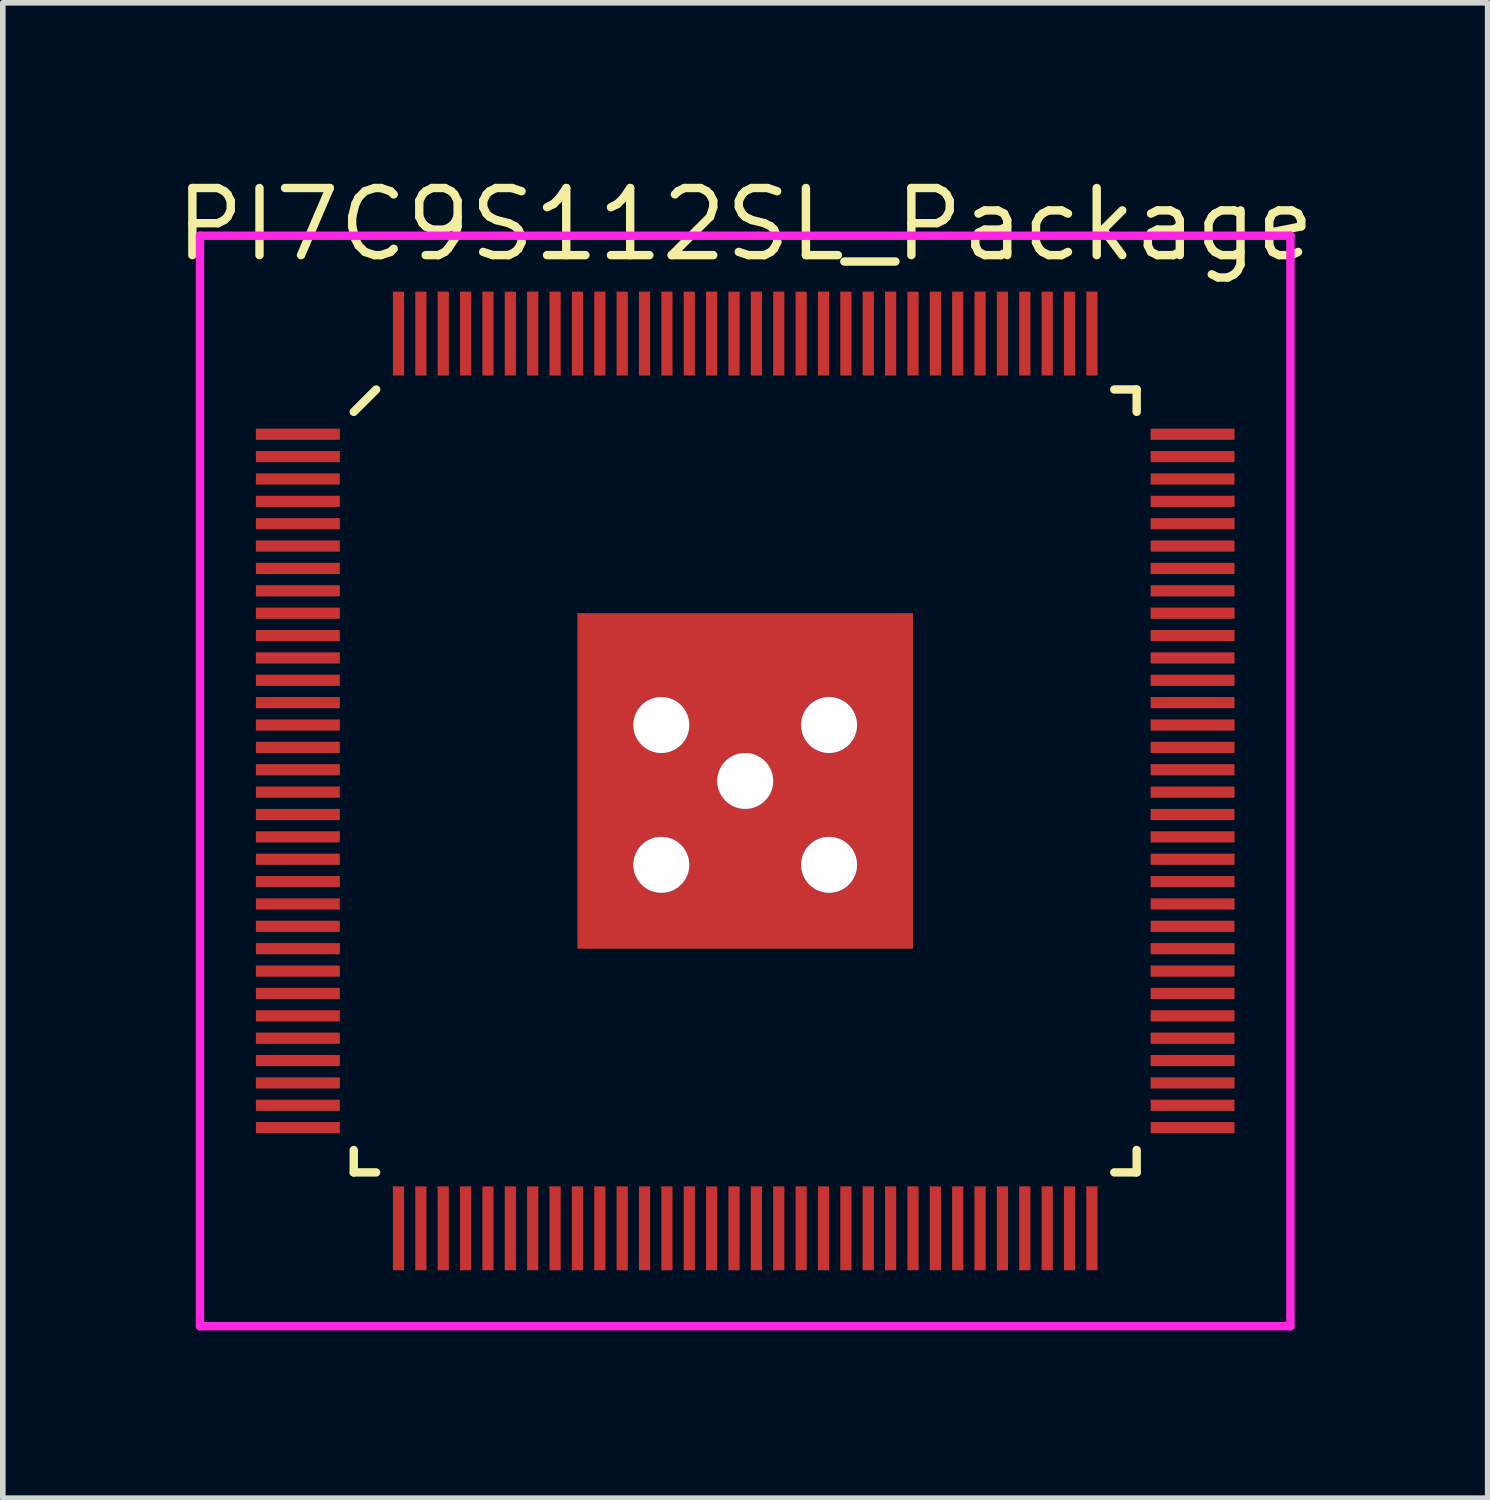
<source format=kicad_pcb>
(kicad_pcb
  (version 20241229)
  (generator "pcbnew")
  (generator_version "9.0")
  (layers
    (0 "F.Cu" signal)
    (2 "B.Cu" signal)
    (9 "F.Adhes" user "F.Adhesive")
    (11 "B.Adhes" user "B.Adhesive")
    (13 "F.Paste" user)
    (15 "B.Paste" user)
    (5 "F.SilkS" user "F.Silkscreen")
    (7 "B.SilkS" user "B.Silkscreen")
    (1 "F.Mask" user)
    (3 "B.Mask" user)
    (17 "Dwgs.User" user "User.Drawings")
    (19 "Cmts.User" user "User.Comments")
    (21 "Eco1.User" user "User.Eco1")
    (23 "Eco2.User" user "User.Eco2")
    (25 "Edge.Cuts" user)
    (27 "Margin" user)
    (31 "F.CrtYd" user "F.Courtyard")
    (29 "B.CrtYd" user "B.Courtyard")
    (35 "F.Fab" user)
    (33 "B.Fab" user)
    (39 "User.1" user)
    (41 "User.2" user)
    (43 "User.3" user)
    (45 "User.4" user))
  (footprint "PI7C9S112SL_Package"
    (layer "F.Cu")
    (at 10.276 10.915)
    (property "Reference" "PI7C9S112SL_Package" (at 0 -9.95 0) (layer "F.SilkS") (effects (font (size 1.2 1.2) (thickness 0.15))))
    (attr through_hole)
    (fp_line (start -7 -6.6) (end -6.6 -7) (stroke (width 0.15) (type solid)) (layer "F.SilkS"))
    (fp_line (start -7 7) (end -7 6.6) (stroke (width 0.15) (type solid)) (layer "F.SilkS"))
    (fp_line (start -6.6 7) (end -7 7) (stroke (width 0.15) (type solid)) (layer "F.SilkS"))
    (fp_line (start 6.6 -7) (end 7 -7) (stroke (width 0.15) (type solid)) (layer "F.SilkS"))
    (fp_line (start 6.6 7) (end 7 7) (stroke (width 0.15) (type solid)) (layer "F.SilkS"))
    (fp_line (start 7 -7) (end 7 -6.6) (stroke (width 0.15) (type solid)) (layer "F.SilkS"))
    (fp_line (start 7 7) (end 7 6.6) (stroke (width 0.15) (type solid)) (layer "F.SilkS"))
    (fp_line (start -9.75 -9.75) (end 9.75 -9.75) (stroke (width 0.15) (type solid)) (layer "F.CrtYd"))
    (fp_line (start -9.75 9.75) (end -9.75 -9.75) (stroke (width 0.15) (type solid)) (layer "F.CrtYd"))
    (fp_line (start 9.75 -9.75) (end 9.75 9.75) (stroke (width 0.15) (type solid)) (layer "F.CrtYd"))
    (fp_line (start 9.75 9.75) (end -9.75 9.75) (stroke (width 0.15) (type solid)) (layer "F.CrtYd"))
    (pad "1" smd rect (at -8 -6.2 90) (size 0.2 1.5) (layers "F.Cu" "F.Mask" "F.Paste"))
    (pad "2" smd rect (at -8 -5.8 90) (size 0.2 1.5) (layers "F.Cu" "F.Mask" "F.Paste"))
    (pad "3" smd rect (at -8 -5.4 90) (size 0.2 1.5) (layers "F.Cu" "F.Mask" "F.Paste"))
    (pad "4" smd rect (at -8 -5 90) (size 0.2 1.5) (layers "F.Cu" "F.Mask" "F.Paste"))
    (pad "5" smd rect (at -8 -4.6 90) (size 0.2 1.5) (layers "F.Cu" "F.Mask" "F.Paste"))
    (pad "6" smd rect (at -8 -4.2 90) (size 0.2 1.5) (layers "F.Cu" "F.Mask" "F.Paste"))
    (pad "7" smd rect (at -8 -3.8 90) (size 0.2 1.5) (layers "F.Cu" "F.Mask" "F.Paste"))
    (pad "8" smd rect (at -8 -3.4 90) (size 0.2 1.5) (layers "F.Cu" "F.Mask" "F.Paste"))
    (pad "9" smd rect (at -8 -3 90) (size 0.2 1.5) (layers "F.Cu" "F.Mask" "F.Paste"))
    (pad "10" smd rect (at -8 -2.6 90) (size 0.2 1.5) (layers "F.Cu" "F.Mask" "F.Paste"))
    (pad "11" smd rect (at -8 -2.2 90) (size 0.2 1.5) (layers "F.Cu" "F.Mask" "F.Paste"))
    (pad "12" smd rect (at -8 -1.8 90) (size 0.2 1.5) (layers "F.Cu" "F.Mask" "F.Paste"))
    (pad "13" smd rect (at -8 -1.4 90) (size 0.2 1.5) (layers "F.Cu" "F.Mask" "F.Paste"))
    (pad "14" smd rect (at -8 -1 90) (size 0.2 1.5) (layers "F.Cu" "F.Mask" "F.Paste"))
    (pad "15" smd rect (at -8 -0.6 90) (size 0.2 1.5) (layers "F.Cu" "F.Mask" "F.Paste"))
    (pad "16" smd rect (at -8 -0.2 90) (size 0.2 1.5) (layers "F.Cu" "F.Mask" "F.Paste"))
    (pad "17" smd rect (at -8 0.2 90) (size 0.2 1.5) (layers "F.Cu" "F.Mask" "F.Paste"))
    (pad "18" smd rect (at -8 0.6 90) (size 0.2 1.5) (layers "F.Cu" "F.Mask" "F.Paste"))
    (pad "19" smd rect (at -8 1 90) (size 0.2 1.5) (layers "F.Cu" "F.Mask" "F.Paste"))
    (pad "20" smd rect (at -8 1.4 90) (size 0.2 1.5) (layers "F.Cu" "F.Mask" "F.Paste"))
    (pad "21" smd rect (at -8 1.8 90) (size 0.2 1.5) (layers "F.Cu" "F.Mask" "F.Paste"))
    (pad "22" smd rect (at -8 2.2 90) (size 0.2 1.5) (layers "F.Cu" "F.Mask" "F.Paste"))
    (pad "23" smd rect (at -8 2.6 90) (size 0.2 1.5) (layers "F.Cu" "F.Mask" "F.Paste"))
    (pad "24" smd rect (at -8 3 90) (size 0.2 1.5) (layers "F.Cu" "F.Mask" "F.Paste"))
    (pad "25" smd rect (at -8 3.4 90) (size 0.2 1.5) (layers "F.Cu" "F.Mask" "F.Paste"))
    (pad "26" smd rect (at -8 3.8 90) (size 0.2 1.5) (layers "F.Cu" "F.Mask" "F.Paste"))
    (pad "27" smd rect (at -8 4.2 90) (size 0.2 1.5) (layers "F.Cu" "F.Mask" "F.Paste"))
    (pad "28" smd rect (at -8 4.6 90) (size 0.2 1.5) (layers "F.Cu" "F.Mask" "F.Paste"))
    (pad "29" smd rect (at -8 5 90) (size 0.2 1.5) (layers "F.Cu" "F.Mask" "F.Paste"))
    (pad "30" smd rect (at -8 5.4 90) (size 0.2 1.5) (layers "F.Cu" "F.Mask" "F.Paste"))
    (pad "31" smd rect (at -8 5.8 90) (size 0.2 1.5) (layers "F.Cu" "F.Mask" "F.Paste"))
    (pad "32" smd rect (at -8 6.2 90) (size 0.2 1.5) (layers "F.Cu" "F.Mask" "F.Paste"))
    (pad "33" smd rect (at -6.2 8) (size 0.2 1.5) (layers "F.Cu" "F.Mask" "F.Paste"))
    (pad "34" smd rect (at -5.8 8) (size 0.2 1.5) (layers "F.Cu" "F.Mask" "F.Paste"))
    (pad "35" smd rect (at -5.4 8) (size 0.2 1.5) (layers "F.Cu" "F.Mask" "F.Paste"))
    (pad "36" smd rect (at -5 8) (size 0.2 1.5) (layers "F.Cu" "F.Mask" "F.Paste"))
    (pad "37" smd rect (at -4.6 8) (size 0.2 1.5) (layers "F.Cu" "F.Mask" "F.Paste"))
    (pad "38" smd rect (at -4.2 8) (size 0.2 1.5) (layers "F.Cu" "F.Mask" "F.Paste"))
    (pad "39" smd rect (at -3.8 8) (size 0.2 1.5) (layers "F.Cu" "F.Mask" "F.Paste"))
    (pad "40" smd rect (at -3.4 8) (size 0.2 1.5) (layers "F.Cu" "F.Mask" "F.Paste"))
    (pad "41" smd rect (at -3 8) (size 0.2 1.5) (layers "F.Cu" "F.Mask" "F.Paste"))
    (pad "42" smd rect (at -2.6 8) (size 0.2 1.5) (layers "F.Cu" "F.Mask" "F.Paste"))
    (pad "43" smd rect (at -2.2 8) (size 0.2 1.5) (layers "F.Cu" "F.Mask" "F.Paste"))
    (pad "44" smd rect (at -1.8 8) (size 0.2 1.5) (layers "F.Cu" "F.Mask" "F.Paste"))
    (pad "45" smd rect (at -1.4 8) (size 0.2 1.5) (layers "F.Cu" "F.Mask" "F.Paste"))
    (pad "46" smd rect (at -1 8) (size 0.2 1.5) (layers "F.Cu" "F.Mask" "F.Paste"))
    (pad "47" smd rect (at -0.6 8) (size 0.2 1.5) (layers "F.Cu" "F.Mask" "F.Paste"))
    (pad "48" smd rect (at -0.2 8) (size 0.2 1.5) (layers "F.Cu" "F.Mask" "F.Paste"))
    (pad "49" smd rect (at 0.2 8) (size 0.2 1.5) (layers "F.Cu" "F.Mask" "F.Paste"))
    (pad "50" smd rect (at 0.6 8) (size 0.2 1.5) (layers "F.Cu" "F.Mask" "F.Paste"))
    (pad "51" smd rect (at 1 8) (size 0.2 1.5) (layers "F.Cu" "F.Mask" "F.Paste"))
    (pad "52" smd rect (at 1.4 8) (size 0.2 1.5) (layers "F.Cu" "F.Mask" "F.Paste"))
    (pad "53" smd rect (at 1.8 8) (size 0.2 1.5) (layers "F.Cu" "F.Mask" "F.Paste"))
    (pad "54" smd rect (at 2.2 8) (size 0.2 1.5) (layers "F.Cu" "F.Mask" "F.Paste"))
    (pad "55" smd rect (at 2.6 8) (size 0.2 1.5) (layers "F.Cu" "F.Mask" "F.Paste"))
    (pad "56" smd rect (at 3 8) (size 0.2 1.5) (layers "F.Cu" "F.Mask" "F.Paste"))
    (pad "57" smd rect (at 3.4 8) (size 0.2 1.5) (layers "F.Cu" "F.Mask" "F.Paste"))
    (pad "58" smd rect (at 3.8 8) (size 0.2 1.5) (layers "F.Cu" "F.Mask" "F.Paste"))
    (pad "59" smd rect (at 4.2 8) (size 0.2 1.5) (layers "F.Cu" "F.Mask" "F.Paste"))
    (pad "60" smd rect (at 4.6 8) (size 0.2 1.5) (layers "F.Cu" "F.Mask" "F.Paste"))
    (pad "61" smd rect (at 5 8) (size 0.2 1.5) (layers "F.Cu" "F.Mask" "F.Paste"))
    (pad "62" smd rect (at 5.4 8) (size 0.2 1.5) (layers "F.Cu" "F.Mask" "F.Paste"))
    (pad "63" smd rect (at 5.8 8) (size 0.2 1.5) (layers "F.Cu" "F.Mask" "F.Paste"))
    (pad "64" smd rect (at 6.2 8) (size 0.2 1.5) (layers "F.Cu" "F.Mask" "F.Paste"))
    (pad "65" smd rect (at 8 6.2 90) (size 0.2 1.5) (layers "F.Cu" "F.Mask" "F.Paste"))
    (pad "66" smd rect (at 8 5.8 90) (size 0.2 1.5) (layers "F.Cu" "F.Mask" "F.Paste"))
    (pad "67" smd rect (at 8 5.4 90) (size 0.2 1.5) (layers "F.Cu" "F.Mask" "F.Paste"))
    (pad "68" smd rect (at 8 5 90) (size 0.2 1.5) (layers "F.Cu" "F.Mask" "F.Paste"))
    (pad "69" smd rect (at 8 4.6 90) (size 0.2 1.5) (layers "F.Cu" "F.Mask" "F.Paste"))
    (pad "70" smd rect (at 8 4.2 90) (size 0.2 1.5) (layers "F.Cu" "F.Mask" "F.Paste"))
    (pad "71" smd rect (at 8 3.8 90) (size 0.2 1.5) (layers "F.Cu" "F.Mask" "F.Paste"))
    (pad "72" smd rect (at 8 3.4 90) (size 0.2 1.5) (layers "F.Cu" "F.Mask" "F.Paste"))
    (pad "73" smd rect (at 8 3 90) (size 0.2 1.5) (layers "F.Cu" "F.Mask" "F.Paste"))
    (pad "74" smd rect (at 8 2.6 90) (size 0.2 1.5) (layers "F.Cu" "F.Mask" "F.Paste"))
    (pad "75" smd rect (at 8 2.2 90) (size 0.2 1.5) (layers "F.Cu" "F.Mask" "F.Paste"))
    (pad "76" smd rect (at 8 1.8 90) (size 0.2 1.5) (layers "F.Cu" "F.Mask" "F.Paste"))
    (pad "77" smd rect (at 8 1.4 90) (size 0.2 1.5) (layers "F.Cu" "F.Mask" "F.Paste"))
    (pad "78" smd rect (at 8 1 90) (size 0.2 1.5) (layers "F.Cu" "F.Mask" "F.Paste"))
    (pad "79" smd rect (at 8 0.6 90) (size 0.2 1.5) (layers "F.Cu" "F.Mask" "F.Paste"))
    (pad "80" smd rect (at 8 0.2 90) (size 0.2 1.5) (layers "F.Cu" "F.Mask" "F.Paste"))
    (pad "81" smd rect (at 8 -0.2 90) (size 0.2 1.5) (layers "F.Cu" "F.Mask" "F.Paste"))
    (pad "82" smd rect (at 8 -0.6 90) (size 0.2 1.5) (layers "F.Cu" "F.Mask" "F.Paste"))
    (pad "83" smd rect (at 8 -1 90) (size 0.2 1.5) (layers "F.Cu" "F.Mask" "F.Paste"))
    (pad "84" smd rect (at 8 -1.4 90) (size 0.2 1.5) (layers "F.Cu" "F.Mask" "F.Paste"))
    (pad "85" smd rect (at 8 -1.8 90) (size 0.2 1.5) (layers "F.Cu" "F.Mask" "F.Paste"))
    (pad "86" smd rect (at 8 -2.2 90) (size 0.2 1.5) (layers "F.Cu" "F.Mask" "F.Paste"))
    (pad "87" smd rect (at 8 -2.6 90) (size 0.2 1.5) (layers "F.Cu" "F.Mask" "F.Paste"))
    (pad "88" smd rect (at 8 -3 90) (size 0.2 1.5) (layers "F.Cu" "F.Mask" "F.Paste"))
    (pad "89" smd rect (at 8 -3.4 90) (size 0.2 1.5) (layers "F.Cu" "F.Mask" "F.Paste"))
    (pad "90" smd rect (at 8 -3.8 90) (size 0.2 1.5) (layers "F.Cu" "F.Mask" "F.Paste"))
    (pad "91" smd rect (at 8 -4.2 90) (size 0.2 1.5) (layers "F.Cu" "F.Mask" "F.Paste"))
    (pad "92" smd rect (at 8 -4.6 90) (size 0.2 1.5) (layers "F.Cu" "F.Mask" "F.Paste"))
    (pad "93" smd rect (at 8 -5 90) (size 0.2 1.5) (layers "F.Cu" "F.Mask" "F.Paste"))
    (pad "94" smd rect (at 8 -5.4 90) (size 0.2 1.5) (layers "F.Cu" "F.Mask" "F.Paste"))
    (pad "95" smd rect (at 8 -5.8 90) (size 0.2 1.5) (layers "F.Cu" "F.Mask" "F.Paste"))
    (pad "96" smd rect (at 8 -6.2 90) (size 0.2 1.5) (layers "F.Cu" "F.Mask" "F.Paste"))
    (pad "97" smd rect (at 6.2 -8) (size 0.2 1.5) (layers "F.Cu" "F.Mask" "F.Paste"))
    (pad "98" smd rect (at 5.8 -8) (size 0.2 1.5) (layers "F.Cu" "F.Mask" "F.Paste"))
    (pad "99" smd rect (at 5.4 -8) (size 0.2 1.5) (layers "F.Cu" "F.Mask" "F.Paste"))
    (pad "100" smd rect (at 5 -8) (size 0.2 1.5) (layers "F.Cu" "F.Mask" "F.Paste"))
    (pad "101" smd rect (at 4.6 -8) (size 0.2 1.5) (layers "F.Cu" "F.Mask" "F.Paste"))
    (pad "102" smd rect (at 4.2 -8) (size 0.2 1.5) (layers "F.Cu" "F.Mask" "F.Paste"))
    (pad "103" smd rect (at 3.8 -8) (size 0.2 1.5) (layers "F.Cu" "F.Mask" "F.Paste"))
    (pad "104" smd rect (at 3.4 -8) (size 0.2 1.5) (layers "F.Cu" "F.Mask" "F.Paste"))
    (pad "105" smd rect (at 3 -8) (size 0.2 1.5) (layers "F.Cu" "F.Mask" "F.Paste"))
    (pad "106" smd rect (at 2.6 -8) (size 0.2 1.5) (layers "F.Cu" "F.Mask" "F.Paste"))
    (pad "107" smd rect (at 2.2 -8) (size 0.2 1.5) (layers "F.Cu" "F.Mask" "F.Paste"))
    (pad "108" smd rect (at 1.8 -8) (size 0.2 1.5) (layers "F.Cu" "F.Mask" "F.Paste"))
    (pad "109" smd rect (at 1.4 -8) (size 0.2 1.5) (layers "F.Cu" "F.Mask" "F.Paste"))
    (pad "110" smd rect (at 1 -8) (size 0.2 1.5) (layers "F.Cu" "F.Mask" "F.Paste"))
    (pad "111" smd rect (at 0.6 -8) (size 0.2 1.5) (layers "F.Cu" "F.Mask" "F.Paste"))
    (pad "112" smd rect (at 0.2 -8) (size 0.2 1.5) (layers "F.Cu" "F.Mask" "F.Paste"))
    (pad "113" smd rect (at -0.2 -8) (size 0.2 1.5) (layers "F.Cu" "F.Mask" "F.Paste"))
    (pad "114" smd rect (at -0.6 -8) (size 0.2 1.5) (layers "F.Cu" "F.Mask" "F.Paste"))
    (pad "115" smd rect (at -1 -8) (size 0.2 1.5) (layers "F.Cu" "F.Mask" "F.Paste"))
    (pad "116" smd rect (at -1.4 -8) (size 0.2 1.5) (layers "F.Cu" "F.Mask" "F.Paste"))
    (pad "117" smd rect (at -1.8 -8) (size 0.2 1.5) (layers "F.Cu" "F.Mask" "F.Paste"))
    (pad "118" smd rect (at -2.2 -8) (size 0.2 1.5) (layers "F.Cu" "F.Mask" "F.Paste"))
    (pad "119" smd rect (at -2.6 -8) (size 0.2 1.5) (layers "F.Cu" "F.Mask" "F.Paste"))
    (pad "120" smd rect (at -3 -8) (size 0.2 1.5) (layers "F.Cu" "F.Mask" "F.Paste"))
    (pad "121" smd rect (at -3.4 -8) (size 0.2 1.5) (layers "F.Cu" "F.Mask" "F.Paste"))
    (pad "122" smd rect (at -3.8 -8) (size 0.2 1.5) (layers "F.Cu" "F.Mask" "F.Paste"))
    (pad "123" smd rect (at -4.2 -8) (size 0.2 1.5) (layers "F.Cu" "F.Mask" "F.Paste"))
    (pad "124" smd rect (at -4.6 -8) (size 0.2 1.5) (layers "F.Cu" "F.Mask" "F.Paste"))
    (pad "125" smd rect (at -5 -8) (size 0.2 1.5) (layers "F.Cu" "F.Mask" "F.Paste"))
    (pad "126" smd rect (at -5.4 -8) (size 0.2 1.5) (layers "F.Cu" "F.Mask" "F.Paste"))
    (pad "127" smd rect (at -5.8 -8) (size 0.2 1.5) (layers "F.Cu" "F.Mask" "F.Paste"))
    (pad "128" smd rect (at -6.2 -8) (size 0.2 1.5) (layers "F.Cu" "F.Mask" "F.Paste"))
    (pad "128" thru_hole circle (at -1.5 -1) (size 1 1) (drill 1) (layers "*.Cu" "*.Mask"))
    (pad "128" thru_hole circle (at -1.5 1.5) (size 1 1) (drill 1) (layers "*.Cu" "*.Mask"))
    (pad "128" thru_hole circle (at 0 0) (size 1 1) (drill 1) (layers "*.Cu" "*.Mask"))
    (pad "128" smd rect (at 0 0) (size 6 6) (layers "F.Cu" "F.Mask" "F.Paste"))
    (pad "128" thru_hole circle (at 1.5 -1) (size 1 1) (drill 1) (layers "*.Cu" "*.Mask"))
    (pad "128" thru_hole circle (at 1.5 1.5) (size 1 1) (drill 1) (layers "*.Cu" "*.Mask")))
  (gr_rect
    (start -3 -3)
    (end 23.553 23.74)
    (stroke (width 0.1) (type default))
    (fill no)
    (layer "Edge.Cuts")))
</source>
